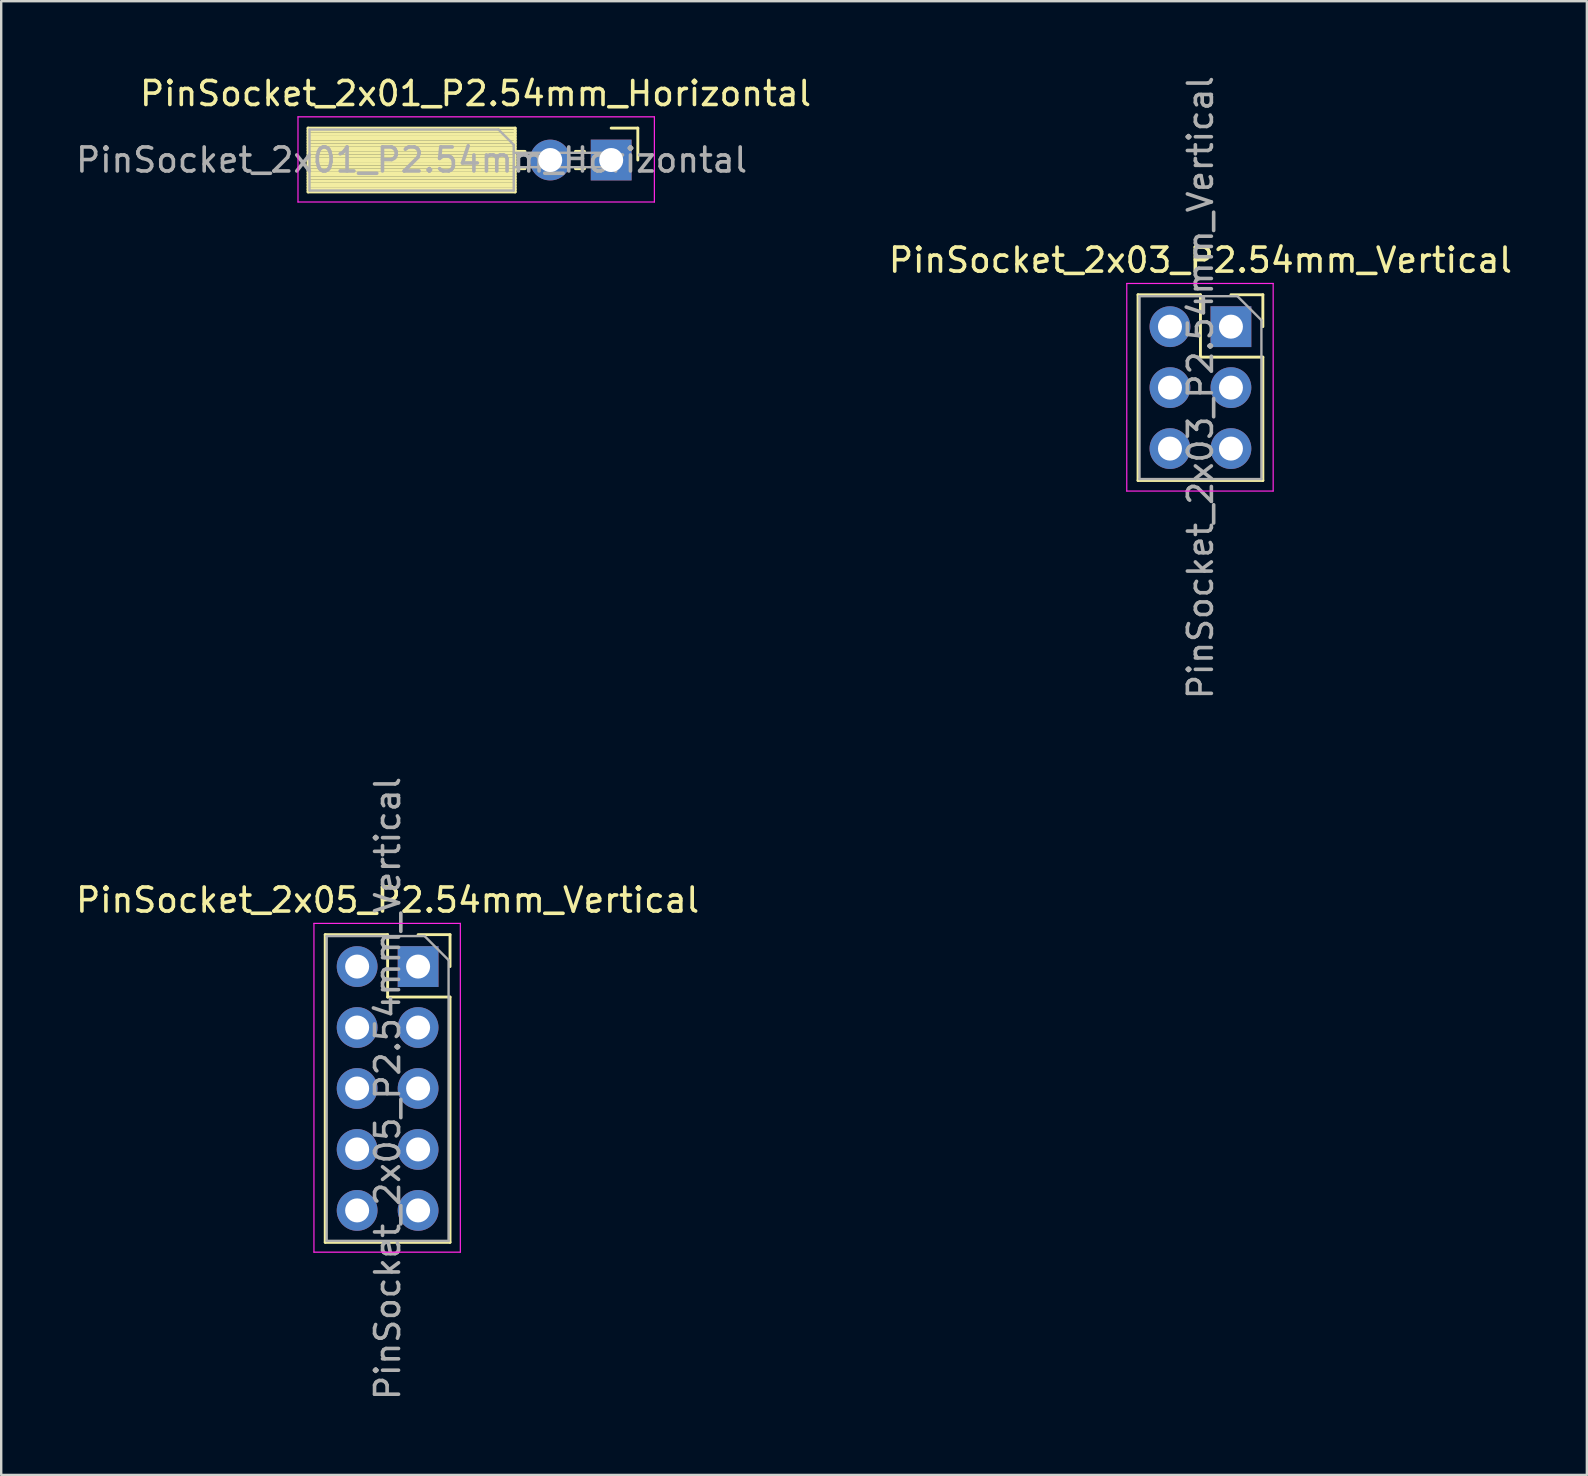
<source format=kicad_pcb>
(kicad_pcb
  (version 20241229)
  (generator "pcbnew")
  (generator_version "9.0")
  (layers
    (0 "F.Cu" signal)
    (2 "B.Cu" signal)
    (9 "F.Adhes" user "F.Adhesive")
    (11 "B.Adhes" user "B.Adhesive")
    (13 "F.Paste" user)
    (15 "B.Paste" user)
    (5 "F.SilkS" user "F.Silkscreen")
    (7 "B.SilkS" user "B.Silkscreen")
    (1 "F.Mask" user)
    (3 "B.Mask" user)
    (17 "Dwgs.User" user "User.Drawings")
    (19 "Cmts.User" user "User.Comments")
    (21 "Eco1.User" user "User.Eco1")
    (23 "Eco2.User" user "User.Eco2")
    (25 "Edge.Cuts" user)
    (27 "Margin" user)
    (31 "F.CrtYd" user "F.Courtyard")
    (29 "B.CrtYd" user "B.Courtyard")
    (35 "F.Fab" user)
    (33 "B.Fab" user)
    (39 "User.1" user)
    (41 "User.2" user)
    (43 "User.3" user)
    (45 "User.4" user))
  (footprint "PinSocket_2x03_P2.54mm_Vertical"
    (layer "F.Cu")
    (at 48.239 10.561)
    (property "Reference" "PinSocket_2x03_P2.54mm_Vertical" (at -1.27 -2.77 0) (layer "F.SilkS") (effects (font (size 1 1) (thickness 0.15))))
    (attr through_hole)
    (fp_line (start -3.87 -1.33) (end -3.87 6.41) (stroke (width 0.12) (type solid)) (layer "F.SilkS"))
    (fp_line (start -3.87 -1.33) (end -1.27 -1.33) (stroke (width 0.12) (type solid)) (layer "F.SilkS"))
    (fp_line (start -3.87 6.41) (end 1.33 6.41) (stroke (width 0.12) (type solid)) (layer "F.SilkS"))
    (fp_line (start -1.27 -1.33) (end -1.27 1.27) (stroke (width 0.12) (type solid)) (layer "F.SilkS"))
    (fp_line (start -1.27 1.27) (end 1.33 1.27) (stroke (width 0.12) (type solid)) (layer "F.SilkS"))
    (fp_line (start 0 -1.33) (end 1.33 -1.33) (stroke (width 0.12) (type solid)) (layer "F.SilkS"))
    (fp_line (start 1.33 -1.33) (end 1.33 0) (stroke (width 0.12) (type solid)) (layer "F.SilkS"))
    (fp_line (start 1.33 1.27) (end 1.33 6.41) (stroke (width 0.12) (type solid)) (layer "F.SilkS"))
    (fp_line (start -4.34 -1.8) (end 1.76 -1.8) (stroke (width 0.05) (type solid)) (layer "F.CrtYd"))
    (fp_line (start -4.34 6.85) (end -4.34 -1.8) (stroke (width 0.05) (type solid)) (layer "F.CrtYd"))
    (fp_line (start 1.76 -1.8) (end 1.76 6.85) (stroke (width 0.05) (type solid)) (layer "F.CrtYd"))
    (fp_line (start 1.76 6.85) (end -4.34 6.85) (stroke (width 0.05) (type solid)) (layer "F.CrtYd"))
    (fp_line (start -3.81 -1.27) (end 0.27 -1.27) (stroke (width 0.1) (type solid)) (layer "F.Fab"))
    (fp_line (start -3.81 6.35) (end -3.81 -1.27) (stroke (width 0.1) (type solid)) (layer "F.Fab"))
    (fp_line (start 0.27 -1.27) (end 1.27 -0.27) (stroke (width 0.1) (type solid)) (layer "F.Fab"))
    (fp_line (start 1.27 -0.27) (end 1.27 6.35) (stroke (width 0.1) (type solid)) (layer "F.Fab"))
    (fp_line (start 1.27 6.35) (end -3.81 6.35) (stroke (width 0.1) (type solid)) (layer "F.Fab"))
    (fp_text user "${REFERENCE}" (at -1.27 2.54 90) (layer "F.Fab") (effects (font (size 1 1) (thickness 0.15))))
    (pad "1" thru_hole rect (at 0 0) (size 1.7 1.7) (drill 1) (layers "*.Cu" "*.Mask"))
    (pad "2" thru_hole oval (at -2.54 0) (size 1.7 1.7) (drill 1) (layers "*.Cu" "*.Mask"))
    (pad "3" thru_hole oval (at 0 2.54) (size 1.7 1.7) (drill 1) (layers "*.Cu" "*.Mask"))
    (pad "4" thru_hole oval (at -2.54 2.54) (size 1.7 1.7) (drill 1) (layers "*.Cu" "*.Mask"))
    (pad "5" thru_hole oval (at 0 5.08) (size 1.7 1.7) (drill 1) (layers "*.Cu" "*.Mask"))
    (pad "6" thru_hole oval (at -2.54 5.08) (size 1.7 1.7) (drill 1) (layers "*.Cu" "*.Mask")))
  (footprint "PinSocket_2x01_P2.54mm_Horizontal"
    (layer "F.Cu")
    (at 22.416 3.618)
    (property "Reference" "PinSocket_2x01_P2.54mm_Horizontal" (at -5.65 -2.77 0) (layer "F.SilkS") (effects (font (size 1 1) (thickness 0.15))))
    (attr through_hole)
    (fp_line (start -12.63 -1.33) (end -12.63 1.33) (stroke (width 0.12) (type solid)) (layer "F.SilkS"))
    (fp_line (start -12.63 -1.33) (end -4 -1.33) (stroke (width 0.12) (type solid)) (layer "F.SilkS"))
    (fp_line (start -12.63 -1.21) (end -4 -1.21) (stroke (width 0.12) (type solid)) (layer "F.SilkS"))
    (fp_line (start -12.63 -1.095) (end -4 -1.095) (stroke (width 0.12) (type solid)) (layer "F.SilkS"))
    (fp_line (start -12.63 -0.979) (end -4 -0.979) (stroke (width 0.12) (type solid)) (layer "F.SilkS"))
    (fp_line (start -12.63 -0.864) (end -4 -0.864) (stroke (width 0.12) (type solid)) (layer "F.SilkS"))
    (fp_line (start -12.63 -0.748) (end -4 -0.748) (stroke (width 0.12) (type solid)) (layer "F.SilkS"))
    (fp_line (start -12.63 -0.633) (end -4 -0.633) (stroke (width 0.12) (type solid)) (layer "F.SilkS"))
    (fp_line (start -12.63 -0.517) (end -4 -0.517) (stroke (width 0.12) (type solid)) (layer "F.SilkS"))
    (fp_line (start -12.63 -0.402) (end -4 -0.402) (stroke (width 0.12) (type solid)) (layer "F.SilkS"))
    (fp_line (start -12.63 -0.286) (end -4 -0.286) (stroke (width 0.12) (type solid)) (layer "F.SilkS"))
    (fp_line (start -12.63 -0.171) (end -4 -0.171) (stroke (width 0.12) (type solid)) (layer "F.SilkS"))
    (fp_line (start -12.63 -0.055) (end -4 -0.055) (stroke (width 0.12) (type solid)) (layer "F.SilkS"))
    (fp_line (start -12.63 0.06) (end -4 0.06) (stroke (width 0.12) (type solid)) (layer "F.SilkS"))
    (fp_line (start -12.63 0.175) (end -4 0.175) (stroke (width 0.12) (type solid)) (layer "F.SilkS"))
    (fp_line (start -12.63 0.291) (end -4 0.291) (stroke (width 0.12) (type solid)) (layer "F.SilkS"))
    (fp_line (start -12.63 0.406) (end -4 0.406) (stroke (width 0.12) (type solid)) (layer "F.SilkS"))
    (fp_line (start -12.63 0.522) (end -4 0.522) (stroke (width 0.12) (type solid)) (layer "F.SilkS"))
    (fp_line (start -12.63 0.637) (end -4 0.637) (stroke (width 0.12) (type solid)) (layer "F.SilkS"))
    (fp_line (start -12.63 0.753) (end -4 0.753) (stroke (width 0.12) (type solid)) (layer "F.SilkS"))
    (fp_line (start -12.63 0.868) (end -4 0.868) (stroke (width 0.12) (type solid)) (layer "F.SilkS"))
    (fp_line (start -12.63 0.984) (end -4 0.984) (stroke (width 0.12) (type solid)) (layer "F.SilkS"))
    (fp_line (start -12.63 1.099) (end -4 1.099) (stroke (width 0.12) (type solid)) (layer "F.SilkS"))
    (fp_line (start -12.63 1.215) (end -4 1.215) (stroke (width 0.12) (type solid)) (layer "F.SilkS"))
    (fp_line (start -12.63 1.33) (end -4 1.33) (stroke (width 0.12) (type solid)) (layer "F.SilkS"))
    (fp_line (start -4 -1.33) (end -4 1.33) (stroke (width 0.12) (type solid)) (layer "F.SilkS"))
    (fp_line (start -4 -0.36) (end -3.59 -0.36) (stroke (width 0.12) (type solid)) (layer "F.SilkS"))
    (fp_line (start -4 0.36) (end -3.59 0.36) (stroke (width 0.12) (type solid)) (layer "F.SilkS"))
    (fp_line (start -1.49 -0.36) (end -1.11 -0.36) (stroke (width 0.12) (type solid)) (layer "F.SilkS"))
    (fp_line (start -1.49 0.36) (end -1.11 0.36) (stroke (width 0.12) (type solid)) (layer "F.SilkS"))
    (fp_line (start 0 -1.33) (end 1.11 -1.33) (stroke (width 0.12) (type solid)) (layer "F.SilkS"))
    (fp_line (start 1.11 -1.33) (end 1.11 0) (stroke (width 0.12) (type solid)) (layer "F.SilkS"))
    (fp_line (start -13.05 -1.8) (end -13.05 1.75) (stroke (width 0.05) (type solid)) (layer "F.CrtYd"))
    (fp_line (start -13.05 1.75) (end 1.8 1.75) (stroke (width 0.05) (type solid)) (layer "F.CrtYd"))
    (fp_line (start 1.8 -1.8) (end -13.05 -1.8) (stroke (width 0.05) (type solid)) (layer "F.CrtYd"))
    (fp_line (start 1.8 1.75) (end 1.8 -1.8) (stroke (width 0.05) (type solid)) (layer "F.CrtYd"))
    (fp_line (start -12.57 -1.27) (end -4.695 -1.27) (stroke (width 0.1) (type solid)) (layer "F.Fab"))
    (fp_line (start -12.57 1.27) (end -12.57 -1.27) (stroke (width 0.1) (type solid)) (layer "F.Fab"))
    (fp_line (start -4.695 -1.27) (end -4.06 -0.635) (stroke (width 0.1) (type solid)) (layer "F.Fab"))
    (fp_line (start -4.06 -0.635) (end -4.06 1.27) (stroke (width 0.1) (type solid)) (layer "F.Fab"))
    (fp_line (start -4.06 0.3) (end 0 0.3) (stroke (width 0.1) (type solid)) (layer "F.Fab"))
    (fp_line (start -4.06 1.27) (end -12.57 1.27) (stroke (width 0.1) (type solid)) (layer "F.Fab"))
    (fp_line (start 0 -0.3) (end -4.06 -0.3) (stroke (width 0.1) (type solid)) (layer "F.Fab"))
    (fp_line (start 0 0.3) (end 0 -0.3) (stroke (width 0.1) (type solid)) (layer "F.Fab"))
    (fp_text user "${REFERENCE}" (at -8.315 0 0) (layer "F.Fab") (effects (font (size 1 1) (thickness 0.15))))
    (pad "1" thru_hole rect (at 0 0) (size 1.7 1.7) (drill 1) (layers "*.Cu" "*.Mask"))
    (pad "2" thru_hole oval (at -2.54 0) (size 1.7 1.7) (drill 1) (layers "*.Cu" "*.Mask")))
  (footprint "PinSocket_2x05_P2.54mm_Vertical"
    (layer "F.Cu")
    (at 14.371 37.224)
    (property "Reference" "PinSocket_2x05_P2.54mm_Vertical" (at -1.27 -2.77 0) (layer "F.SilkS") (effects (font (size 1 1) (thickness 0.15))))
    (attr through_hole)
    (fp_line (start -3.87 -1.33) (end -3.87 11.49) (stroke (width 0.12) (type solid)) (layer "F.SilkS"))
    (fp_line (start -3.87 -1.33) (end -1.27 -1.33) (stroke (width 0.12) (type solid)) (layer "F.SilkS"))
    (fp_line (start -3.87 11.49) (end 1.33 11.49) (stroke (width 0.12) (type solid)) (layer "F.SilkS"))
    (fp_line (start -1.27 -1.33) (end -1.27 1.27) (stroke (width 0.12) (type solid)) (layer "F.SilkS"))
    (fp_line (start -1.27 1.27) (end 1.33 1.27) (stroke (width 0.12) (type solid)) (layer "F.SilkS"))
    (fp_line (start 0 -1.33) (end 1.33 -1.33) (stroke (width 0.12) (type solid)) (layer "F.SilkS"))
    (fp_line (start 1.33 -1.33) (end 1.33 0) (stroke (width 0.12) (type solid)) (layer "F.SilkS"))
    (fp_line (start 1.33 1.27) (end 1.33 11.49) (stroke (width 0.12) (type solid)) (layer "F.SilkS"))
    (fp_line (start -4.34 -1.8) (end 1.76 -1.8) (stroke (width 0.05) (type solid)) (layer "F.CrtYd"))
    (fp_line (start -4.34 11.9) (end -4.34 -1.8) (stroke (width 0.05) (type solid)) (layer "F.CrtYd"))
    (fp_line (start 1.76 -1.8) (end 1.76 11.9) (stroke (width 0.05) (type solid)) (layer "F.CrtYd"))
    (fp_line (start 1.76 11.9) (end -4.34 11.9) (stroke (width 0.05) (type solid)) (layer "F.CrtYd"))
    (fp_line (start -3.81 -1.27) (end 0.27 -1.27) (stroke (width 0.1) (type solid)) (layer "F.Fab"))
    (fp_line (start -3.81 11.43) (end -3.81 -1.27) (stroke (width 0.1) (type solid)) (layer "F.Fab"))
    (fp_line (start 0.27 -1.27) (end 1.27 -0.27) (stroke (width 0.1) (type solid)) (layer "F.Fab"))
    (fp_line (start 1.27 -0.27) (end 1.27 11.43) (stroke (width 0.1) (type solid)) (layer "F.Fab"))
    (fp_line (start 1.27 11.43) (end -3.81 11.43) (stroke (width 0.1) (type solid)) (layer "F.Fab"))
    (fp_text user "${REFERENCE}" (at -1.27 5.08 90) (layer "F.Fab") (effects (font (size 1 1) (thickness 0.15))))
    (pad "1" thru_hole rect (at 0 0) (size 1.7 1.7) (drill 1) (layers "*.Cu" "*.Mask"))
    (pad "2" thru_hole oval (at -2.54 0) (size 1.7 1.7) (drill 1) (layers "*.Cu" "*.Mask"))
    (pad "3" thru_hole oval (at 0 2.54) (size 1.7 1.7) (drill 1) (layers "*.Cu" "*.Mask"))
    (pad "4" thru_hole oval (at -2.54 2.54) (size 1.7 1.7) (drill 1) (layers "*.Cu" "*.Mask"))
    (pad "5" thru_hole oval (at 0 5.08) (size 1.7 1.7) (drill 1) (layers "*.Cu" "*.Mask"))
    (pad "6" thru_hole oval (at -2.54 5.08) (size 1.7 1.7) (drill 1) (layers "*.Cu" "*.Mask"))
    (pad "7" thru_hole oval (at 0 7.62) (size 1.7 1.7) (drill 1) (layers "*.Cu" "*.Mask"))
    (pad "8" thru_hole oval (at -2.54 7.62) (size 1.7 1.7) (drill 1) (layers "*.Cu" "*.Mask"))
    (pad "9" thru_hole oval (at 0 10.16) (size 1.7 1.7) (drill 1) (layers "*.Cu" "*.Mask"))
    (pad "10" thru_hole oval (at -2.54 10.16) (size 1.7 1.7) (drill 1) (layers "*.Cu" "*.Mask")))
  (gr_rect
    (start -3 -3)
    (end 63.07 58.405)
    (stroke (width 0.1) (type default))
    (fill no)
    (layer "Edge.Cuts")))
</source>
